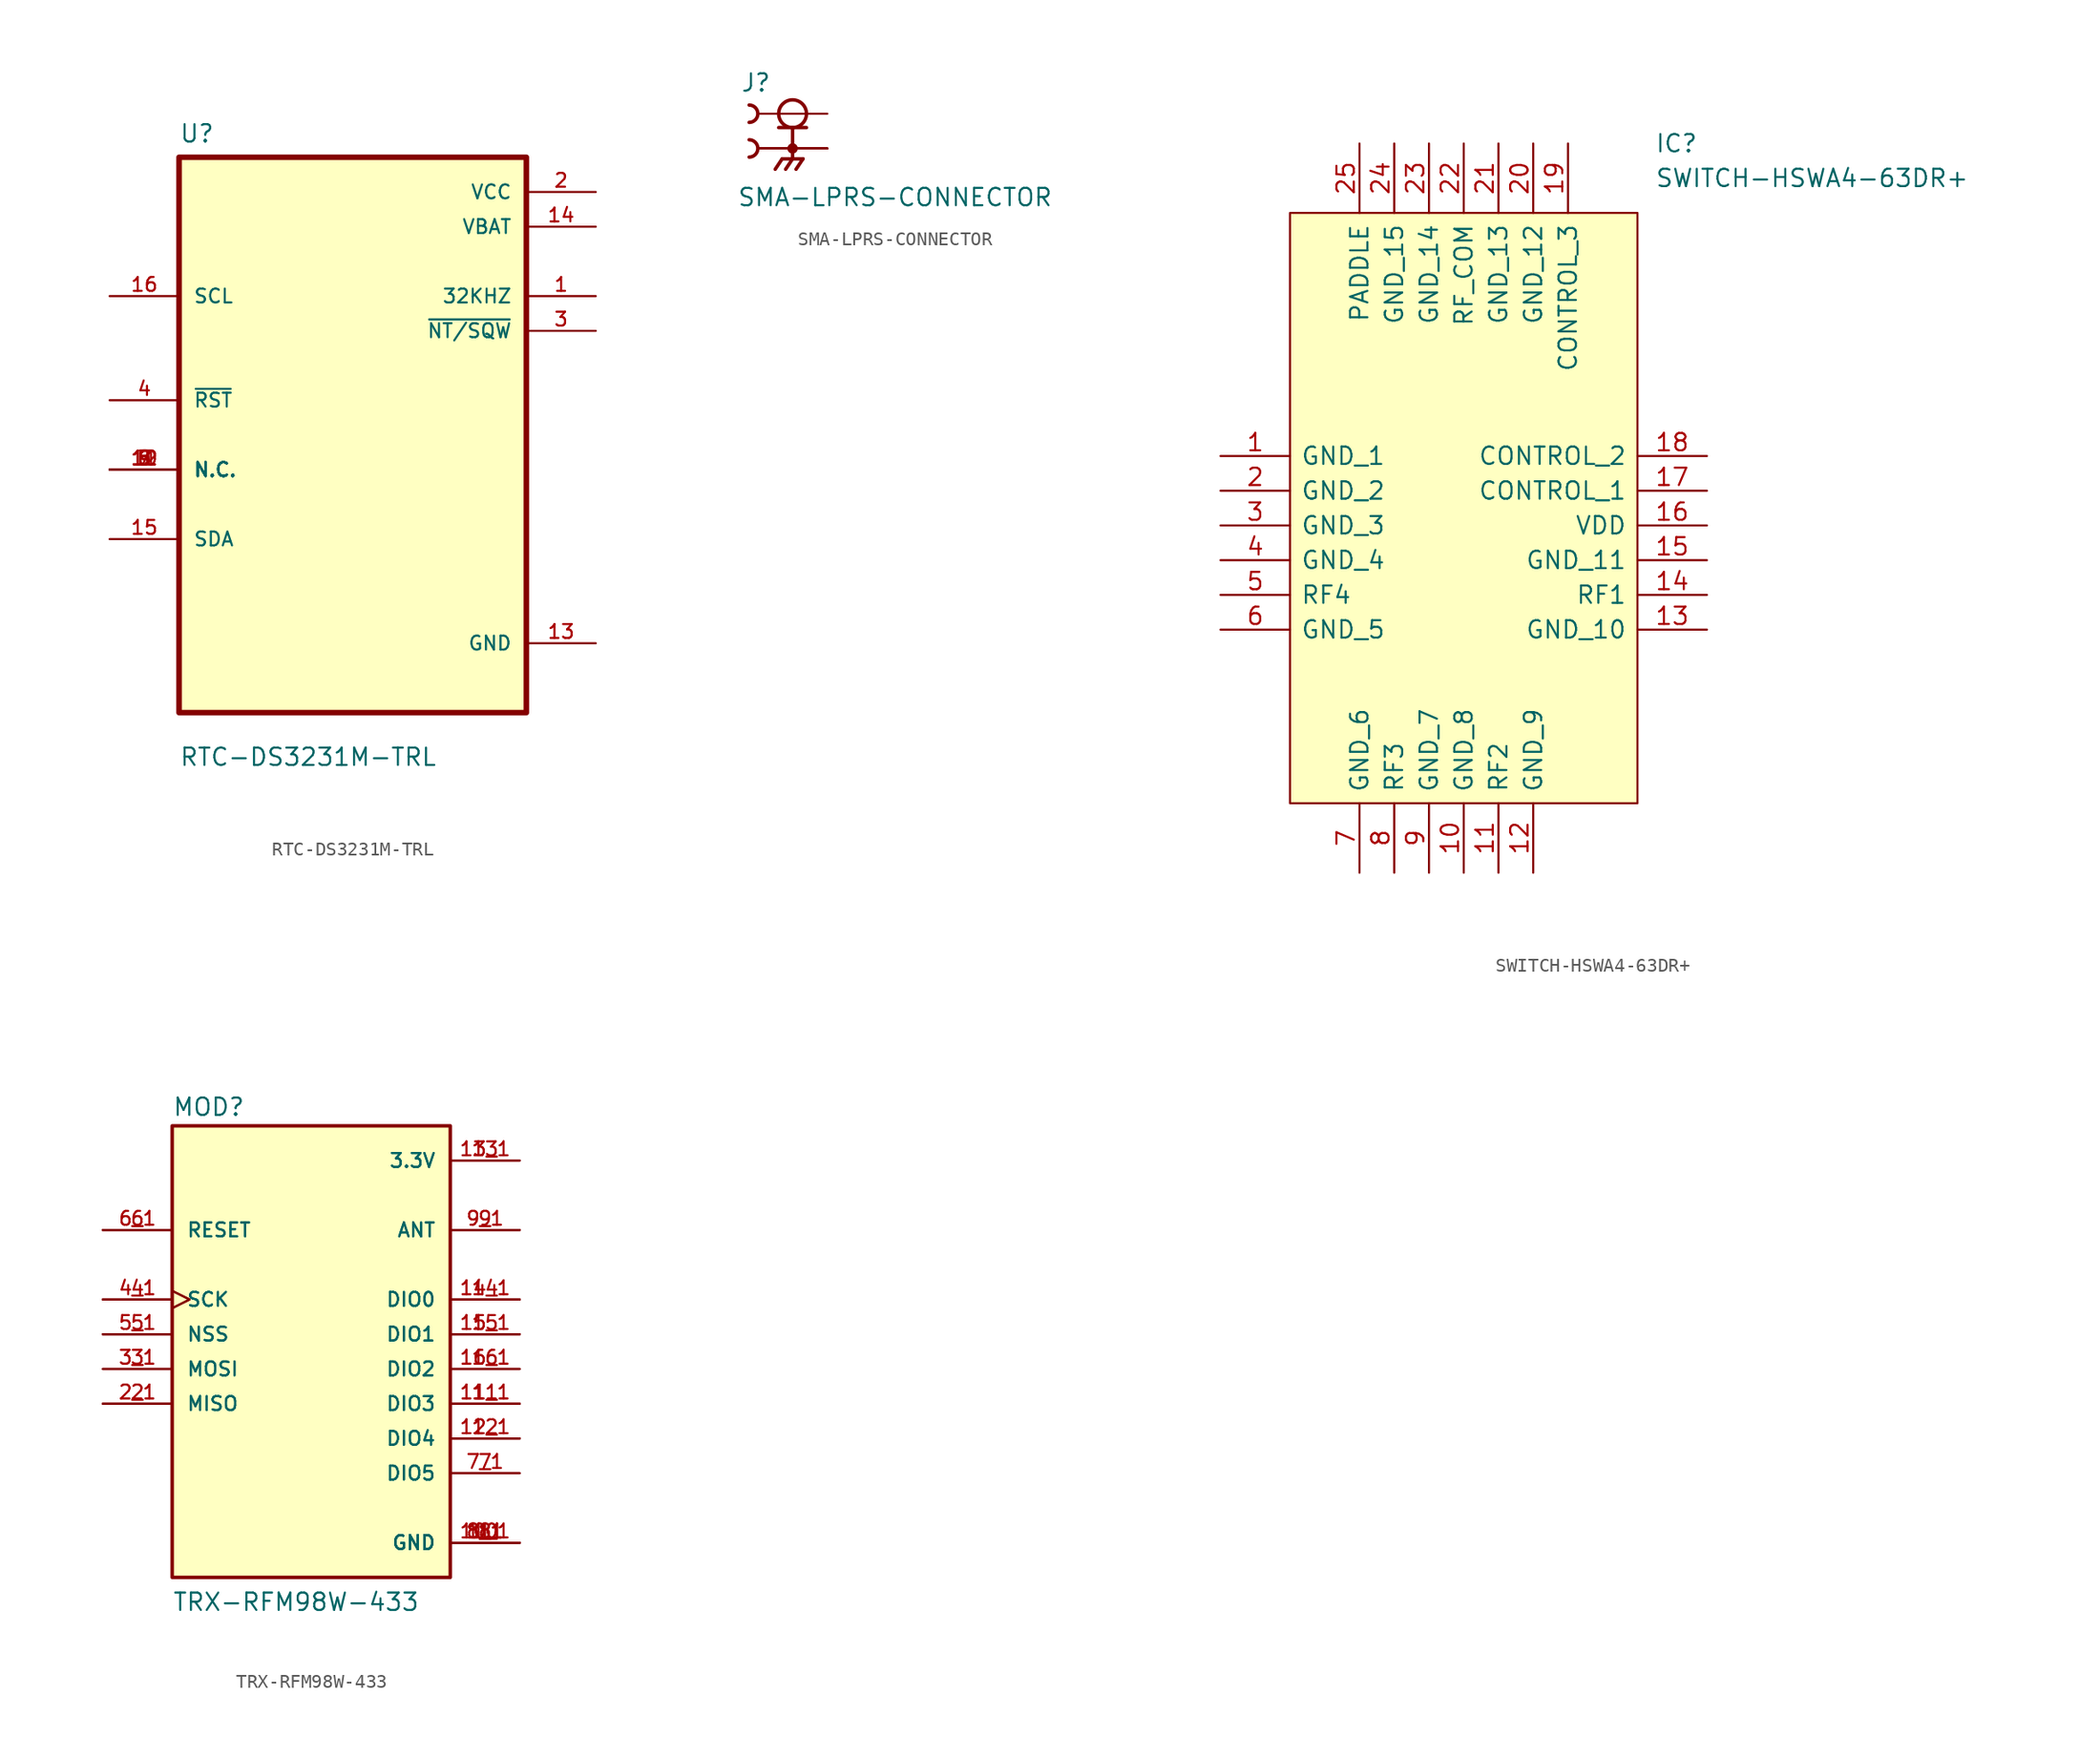
<source format=kicad_sym>
(kicad_symbol_lib
  (version 20211014)
  (generator kicad_symbol_editor)
  (symbol "RTC-DS3231M-TRL"
    (pin_names
      (offset 1.016))
    (property "Reference" "U"
      (at -12.7 21.311 0)
      (effects (font (size 1.27 1.27)) (justify left bottom)))
    (property "Value" "RTC-DS3231M-TRL"
      (at -12.7 -24.308 0)
      (effects (font (size 1.27 1.27)) (justify left bottom)))
    (property "ki_locked" ""
      (at 0 0 0)
      (effects (font (size 1.27 1.27))))
    (symbol "RTC-DS3231M-TRL_0_0"
      (rectangle (start -12.7 -20.32) (end 12.7 20.32) (stroke (width 0.406) (type default) (color 0 0 0 0)) (fill (type background)))
      (pin output line (at 17.78 10.16 180) (length 5.08) (name "32KHZ" (effects (font (size 1.016 1.016)))) (number "1" (effects (font (size 1.016 1.016)))))
      (pin bidirectional line (at -17.78 -2.54 0) (length 5.08) (name "N.C." (effects (font (size 1.016 1.016)))) (number "10" (effects (font (size 1.016 1.016)))))
      (pin bidirectional line (at -17.78 -2.54 0) (length 5.08) (name "N.C." (effects (font (size 1.016 1.016)))) (number "11" (effects (font (size 1.016 1.016)))))
      (pin bidirectional line (at -17.78 -2.54 0) (length 5.08) (name "N.C." (effects (font (size 1.016 1.016)))) (number "12" (effects (font (size 1.016 1.016)))))
      (pin power_in line (at 17.78 -15.24 180) (length 5.08) (name "GND" (effects (font (size 1.016 1.016)))) (number "13" (effects (font (size 1.016 1.016)))))
      (pin power_in line (at 17.78 15.24 180) (length 5.08) (name "VBAT" (effects (font (size 1.016 1.016)))) (number "14" (effects (font (size 1.016 1.016)))))
      (pin bidirectional line (at -17.78 -7.62 0) (length 5.08) (name "SDA" (effects (font (size 1.016 1.016)))) (number "15" (effects (font (size 1.016 1.016)))))
      (pin input line (at -17.78 10.16 0) (length 5.08) (name "SCL" (effects (font (size 1.016 1.016)))) (number "16" (effects (font (size 1.016 1.016)))))
      (pin power_in line (at 17.78 17.78 180) (length 5.08) (name "VCC" (effects (font (size 1.016 1.016)))) (number "2" (effects (font (size 1.016 1.016)))))
      (pin output line (at 17.78 7.62 180) (length 5.08) (name "~{NT/SQW}" (effects (font (size 1.016 1.016)))) (number "3" (effects (font (size 1.016 1.016)))))
      (pin bidirectional line (at -17.78 2.54 0) (length 5.08) (name "~{RST}" (effects (font (size 1.016 1.016)))) (number "4" (effects (font (size 1.016 1.016)))))
      (pin bidirectional line (at -17.78 -2.54 0) (length 5.08) (name "N.C." (effects (font (size 1.016 1.016)))) (number "5" (effects (font (size 1.016 1.016)))))
      (pin bidirectional line (at -17.78 -2.54 0) (length 5.08) (name "N.C." (effects (font (size 1.016 1.016)))) (number "6" (effects (font (size 1.016 1.016)))))
      (pin bidirectional line (at -17.78 -2.54 0) (length 5.08) (name "N.C." (effects (font (size 1.016 1.016)))) (number "7" (effects (font (size 1.016 1.016)))))
      (pin bidirectional line (at -17.78 -2.54 0) (length 5.08) (name "N.C." (effects (font (size 1.016 1.016)))) (number "8" (effects (font (size 1.016 1.016)))))
      (pin bidirectional line (at -17.78 -2.54 0) (length 5.08) (name "N.C." (effects (font (size 1.016 1.016)))) (number "9" (effects (font (size 1.016 1.016)))))))
  (symbol "SMA-LPRS-CONNECTOR"
    (pin_numbers hide)
    (pin_names
      (offset 1.016) hide)
    (property "Reference" "J"
      (at -3.81 1.524 0)
      (effects (font (size 1.27 1.27)) (justify left bottom)))
    (property "Value" "SMA-LPRS-CONNECTOR"
      (at -4.064 -6.858 0)
      (effects (font (size 1.27 1.27)) (justify left bottom)))
    (property "ki_locked" ""
      (at 0 0 0)
      (effects (font (size 1.27 1.27))))
    (symbol "SMA-LPRS-CONNECTOR_0_0"
      (arc (start -3.175 -3.175) (mid -2.54 -2.54) (end -3.175 -1.905) (stroke (width 0.254) (type default) (color 0 0 0 0)) (fill (type none)))
      (arc (start -3.175 -0.635) (mid -2.54 0) (end -3.175 0.635) (stroke (width 0.254) (type default) (color 0 0 0 0)) (fill (type none)))
      (circle (center 0 -2.54) (radius 0.254) (stroke (width 0.254) (type default) (color 0 0 0 0)) (fill (type none)))
      (polyline (pts (xy -1.016 -1.016) (xy 0 -1.016)) (stroke (width 0.254) (type default) (color 0 0 0 0)) (fill (type none)))
      (polyline (pts (xy -0.762 -3.302) (xy -1.27 -4.064)) (stroke (width 0.254) (type default) (color 0 0 0 0)) (fill (type none)))
      (polyline (pts (xy 0 -3.302) (xy -0.762 -3.302)) (stroke (width 0.254) (type default) (color 0 0 0 0)) (fill (type none)))
      (polyline (pts (xy 0 -3.302) (xy -0.508 -4.064)) (stroke (width 0.254) (type default) (color 0 0 0 0)) (fill (type none)))
      (polyline (pts (xy 0 -3.302) (xy 0.762 -3.302)) (stroke (width 0.254) (type default) (color 0 0 0 0)) (fill (type none)))
      (polyline (pts (xy 0 -1.016) (xy 0 -3.302)) (stroke (width 0.254) (type default) (color 0 0 0 0)) (fill (type none)))
      (polyline (pts (xy 0 -1.016) (xy 1.016 -1.016)) (stroke (width 0.254) (type default) (color 0 0 0 0)) (fill (type none)))
      (polyline (pts (xy 0.762 -3.302) (xy 0.254 -4.064)) (stroke (width 0.254) (type default) (color 0 0 0 0)) (fill (type none)))
      (circle (center 0 0) (radius 1.016) (stroke (width 0.254) (type default) (color 0 0 0 0)) (fill (type none)))
      (pin passive line (at 2.54 0 180) (length 5.08) (name "~" (effects (font (size 1.016 1.016)))) (number "1" (effects (font (size 1.016 1.016)))))
      (pin passive line (at 2.54 -2.54 180) (length 5.08) (name "~" (effects (font (size 1.016 1.016)))) (number "G1" (effects (font (size 1.016 1.016)))))
      (pin passive line (at 2.54 -2.54 180) (length 5.08) (name "~" (effects (font (size 1.016 1.016)))) (number "G2" (effects (font (size 1.016 1.016)))))
      (pin passive line (at 2.54 -2.54 180) (length 5.08) (name "~" (effects (font (size 1.016 1.016)))) (number "G3" (effects (font (size 1.016 1.016)))))
      (pin passive line (at 2.54 -2.54 180) (length 5.08) (name "~" (effects (font (size 1.016 1.016)))) (number "G4" (effects (font (size 1.016 1.016)))))))
  (symbol "SWITCH-HSWA4-63DR+"
    (pin_names
      (offset 0.762))
    (property "Reference" "IC"
      (at 31.75 22.86 0)
      (effects (font (size 1.27 1.27)) (justify left)))
    (property "Value" "SWITCH-HSWA4-63DR+"
      (at 31.75 20.32 0)
      (effects (font (size 1.27 1.27)) (justify left)))
    (symbol "SWITCH-HSWA4-63DR+_0_0"
      (pin passive line (at 0 0 0) (length 5.08) (name "GND_1" (effects (font (size 1.27 1.27)))) (number "1" (effects (font (size 1.27 1.27)))))
      (pin passive line (at 17.78 -30.48 90) (length 5.08) (name "GND_8" (effects (font (size 1.27 1.27)))) (number "10" (effects (font (size 1.27 1.27)))))
      (pin passive line (at 20.32 -30.48 90) (length 5.08) (name "RF2" (effects (font (size 1.27 1.27)))) (number "11" (effects (font (size 1.27 1.27)))))
      (pin passive line (at 22.86 -30.48 90) (length 5.08) (name "GND_9" (effects (font (size 1.27 1.27)))) (number "12" (effects (font (size 1.27 1.27)))))
      (pin passive line (at 35.56 -12.7 180) (length 5.08) (name "GND_10" (effects (font (size 1.27 1.27)))) (number "13" (effects (font (size 1.27 1.27)))))
      (pin passive line (at 35.56 -10.16 180) (length 5.08) (name "RF1" (effects (font (size 1.27 1.27)))) (number "14" (effects (font (size 1.27 1.27)))))
      (pin passive line (at 35.56 -7.62 180) (length 5.08) (name "GND_11" (effects (font (size 1.27 1.27)))) (number "15" (effects (font (size 1.27 1.27)))))
      (pin passive line (at 35.56 -5.08 180) (length 5.08) (name "VDD" (effects (font (size 1.27 1.27)))) (number "16" (effects (font (size 1.27 1.27)))))
      (pin passive line (at 35.56 -2.54 180) (length 5.08) (name "CONTROL_1" (effects (font (size 1.27 1.27)))) (number "17" (effects (font (size 1.27 1.27)))))
      (pin passive line (at 35.56 0 180) (length 5.08) (name "CONTROL_2" (effects (font (size 1.27 1.27)))) (number "18" (effects (font (size 1.27 1.27)))))
      (pin passive line (at 25.4 22.86 270) (length 5.08) (name "CONTROL_3" (effects (font (size 1.27 1.27)))) (number "19" (effects (font (size 1.27 1.27)))))
      (pin passive line (at 0 -2.54 0) (length 5.08) (name "GND_2" (effects (font (size 1.27 1.27)))) (number "2" (effects (font (size 1.27 1.27)))))
      (pin passive line (at 22.86 22.86 270) (length 5.08) (name "GND_12" (effects (font (size 1.27 1.27)))) (number "20" (effects (font (size 1.27 1.27)))))
      (pin passive line (at 20.32 22.86 270) (length 5.08) (name "GND_13" (effects (font (size 1.27 1.27)))) (number "21" (effects (font (size 1.27 1.27)))))
      (pin passive line (at 17.78 22.86 270) (length 5.08) (name "RF_COM" (effects (font (size 1.27 1.27)))) (number "22" (effects (font (size 1.27 1.27)))))
      (pin passive line (at 15.24 22.86 270) (length 5.08) (name "GND_14" (effects (font (size 1.27 1.27)))) (number "23" (effects (font (size 1.27 1.27)))))
      (pin passive line (at 12.7 22.86 270) (length 5.08) (name "GND_15" (effects (font (size 1.27 1.27)))) (number "24" (effects (font (size 1.27 1.27)))))
      (pin passive line (at 10.16 22.86 270) (length 5.08) (name "PADDLE" (effects (font (size 1.27 1.27)))) (number "25" (effects (font (size 1.27 1.27)))))
      (pin passive line (at 0 -5.08 0) (length 5.08) (name "GND_3" (effects (font (size 1.27 1.27)))) (number "3" (effects (font (size 1.27 1.27)))))
      (pin passive line (at 0 -7.62 0) (length 5.08) (name "GND_4" (effects (font (size 1.27 1.27)))) (number "4" (effects (font (size 1.27 1.27)))))
      (pin passive line (at 0 -10.16 0) (length 5.08) (name "RF4" (effects (font (size 1.27 1.27)))) (number "5" (effects (font (size 1.27 1.27)))))
      (pin passive line (at 0 -12.7 0) (length 5.08) (name "GND_5" (effects (font (size 1.27 1.27)))) (number "6" (effects (font (size 1.27 1.27)))))
      (pin passive line (at 10.16 -30.48 90) (length 5.08) (name "GND_6" (effects (font (size 1.27 1.27)))) (number "7" (effects (font (size 1.27 1.27)))))
      (pin passive line (at 12.7 -30.48 90) (length 5.08) (name "RF3" (effects (font (size 1.27 1.27)))) (number "8" (effects (font (size 1.27 1.27)))))
      (pin passive line (at 15.24 -30.48 90) (length 5.08) (name "GND_7" (effects (font (size 1.27 1.27)))) (number "9" (effects (font (size 1.27 1.27))))))
    (symbol "SWITCH-HSWA4-63DR+_0_1"
      (polyline (pts (xy 5.08 17.78) (xy 30.48 17.78) (xy 30.48 -25.4) (xy 5.08 -25.4) (xy 5.08 17.78)) (stroke (width 0.152) (type default) (color 0 0 0 0)) (fill (type background)))))
  (symbol "TRX-RFM98W-433"
    (pin_names
      (offset 1.016))
    (property "Reference" "MOD"
      (at -10.16 18.415 0)
      (effects (font (size 1.27 1.27)) (justify left bottom)))
    (property "Value" "TRX-RFM98W-433"
      (at -10.16 -17.78 0)
      (effects (font (size 1.27 1.27)) (justify left bottom)))
    (property "ki_locked" ""
      (at 0 0 0)
      (effects (font (size 1.27 1.27))))
    (symbol "TRX-RFM98W-433_0_0"
      (rectangle (start -10.16 -15.24) (end 10.16 17.78) (stroke (width 0.254) (type default) (color 0 0 0 0)) (fill (type background)))
      (pin power_in line (at 15.24 -12.7 180) (length 5.08) (name "GND" (effects (font (size 1.016 1.016)))) (number "1" (effects (font (size 1.016 1.016)))))
      (pin power_in line (at 15.24 -12.7 180) (length 5.08) (name "GND" (effects (font (size 1.016 1.016)))) (number "10" (effects (font (size 1.016 1.016)))))
      (pin power_in line (at 15.24 -12.7 180) (length 5.08) (name "GND" (effects (font (size 1.016 1.016)))) (number "10_1" (effects (font (size 1.016 1.016)))))
      (pin bidirectional line (at 15.24 -2.54 180) (length 5.08) (name "DIO3" (effects (font (size 1.016 1.016)))) (number "11" (effects (font (size 1.016 1.016)))))
      (pin bidirectional line (at 15.24 -2.54 180) (length 5.08) (name "DIO3" (effects (font (size 1.016 1.016)))) (number "11_1" (effects (font (size 1.016 1.016)))))
      (pin bidirectional line (at 15.24 -5.08 180) (length 5.08) (name "DIO4" (effects (font (size 1.016 1.016)))) (number "12" (effects (font (size 1.016 1.016)))))
      (pin bidirectional line (at 15.24 -5.08 180) (length 5.08) (name "DIO4" (effects (font (size 1.016 1.016)))) (number "12_1" (effects (font (size 1.016 1.016)))))
      (pin power_in line (at 15.24 15.24 180) (length 5.08) (name "3.3V" (effects (font (size 1.016 1.016)))) (number "13" (effects (font (size 1.016 1.016)))))
      (pin power_in line (at 15.24 15.24 180) (length 5.08) (name "3.3V" (effects (font (size 1.016 1.016)))) (number "13_1" (effects (font (size 1.016 1.016)))))
      (pin bidirectional line (at 15.24 5.08 180) (length 5.08) (name "DIO0" (effects (font (size 1.016 1.016)))) (number "14" (effects (font (size 1.016 1.016)))))
      (pin bidirectional line (at 15.24 5.08 180) (length 5.08) (name "DIO0" (effects (font (size 1.016 1.016)))) (number "14_1" (effects (font (size 1.016 1.016)))))
      (pin bidirectional line (at 15.24 2.54 180) (length 5.08) (name "DIO1" (effects (font (size 1.016 1.016)))) (number "15" (effects (font (size 1.016 1.016)))))
      (pin bidirectional line (at 15.24 2.54 180) (length 5.08) (name "DIO1" (effects (font (size 1.016 1.016)))) (number "15_1" (effects (font (size 1.016 1.016)))))
      (pin bidirectional line (at 15.24 0 180) (length 5.08) (name "DIO2" (effects (font (size 1.016 1.016)))) (number "16" (effects (font (size 1.016 1.016)))))
      (pin bidirectional line (at 15.24 0 180) (length 5.08) (name "DIO2" (effects (font (size 1.016 1.016)))) (number "16_1" (effects (font (size 1.016 1.016)))))
      (pin power_in line (at 15.24 -12.7 180) (length 5.08) (name "GND" (effects (font (size 1.016 1.016)))) (number "1_1" (effects (font (size 1.016 1.016)))))
      (pin output line (at -15.24 -2.54 0) (length 5.08) (name "MISO" (effects (font (size 1.016 1.016)))) (number "2" (effects (font (size 1.016 1.016)))))
      (pin output line (at -15.24 -2.54 0) (length 5.08) (name "MISO" (effects (font (size 1.016 1.016)))) (number "2_1" (effects (font (size 1.016 1.016)))))
      (pin input line (at -15.24 0 0) (length 5.08) (name "MOSI" (effects (font (size 1.016 1.016)))) (number "3" (effects (font (size 1.016 1.016)))))
      (pin input line (at -15.24 0 0) (length 5.08) (name "MOSI" (effects (font (size 1.016 1.016)))) (number "3_1" (effects (font (size 1.016 1.016)))))
      (pin input clock (at -15.24 5.08 0) (length 5.08) (name "SCK" (effects (font (size 1.016 1.016)))) (number "4" (effects (font (size 1.016 1.016)))))
      (pin input clock (at -15.24 5.08 0) (length 5.08) (name "SCK" (effects (font (size 1.016 1.016)))) (number "4_1" (effects (font (size 1.016 1.016)))))
      (pin input line (at -15.24 2.54 0) (length 5.08) (name "NSS" (effects (font (size 1.016 1.016)))) (number "5" (effects (font (size 1.016 1.016)))))
      (pin input line (at -15.24 2.54 0) (length 5.08) (name "NSS" (effects (font (size 1.016 1.016)))) (number "5_1" (effects (font (size 1.016 1.016)))))
      (pin bidirectional line (at -15.24 10.16 0) (length 5.08) (name "RESET" (effects (font (size 1.016 1.016)))) (number "6" (effects (font (size 1.016 1.016)))))
      (pin bidirectional line (at -15.24 10.16 0) (length 5.08) (name "RESET" (effects (font (size 1.016 1.016)))) (number "6_1" (effects (font (size 1.016 1.016)))))
      (pin bidirectional line (at 15.24 -7.62 180) (length 5.08) (name "DIO5" (effects (font (size 1.016 1.016)))) (number "7" (effects (font (size 1.016 1.016)))))
      (pin bidirectional line (at 15.24 -7.62 180) (length 5.08) (name "DIO5" (effects (font (size 1.016 1.016)))) (number "7_1" (effects (font (size 1.016 1.016)))))
      (pin power_in line (at 15.24 -12.7 180) (length 5.08) (name "GND" (effects (font (size 1.016 1.016)))) (number "8" (effects (font (size 1.016 1.016)))))
      (pin power_in line (at 15.24 -12.7 180) (length 5.08) (name "GND" (effects (font (size 1.016 1.016)))) (number "8_1" (effects (font (size 1.016 1.016)))))
      (pin bidirectional line (at 15.24 10.16 180) (length 5.08) (name "ANT" (effects (font (size 1.016 1.016)))) (number "9" (effects (font (size 1.016 1.016)))))
      (pin bidirectional line (at 15.24 10.16 180) (length 5.08) (name "ANT" (effects (font (size 1.016 1.016)))) (number "9_1" (effects (font (size 1.016 1.016))))))))
</source>
